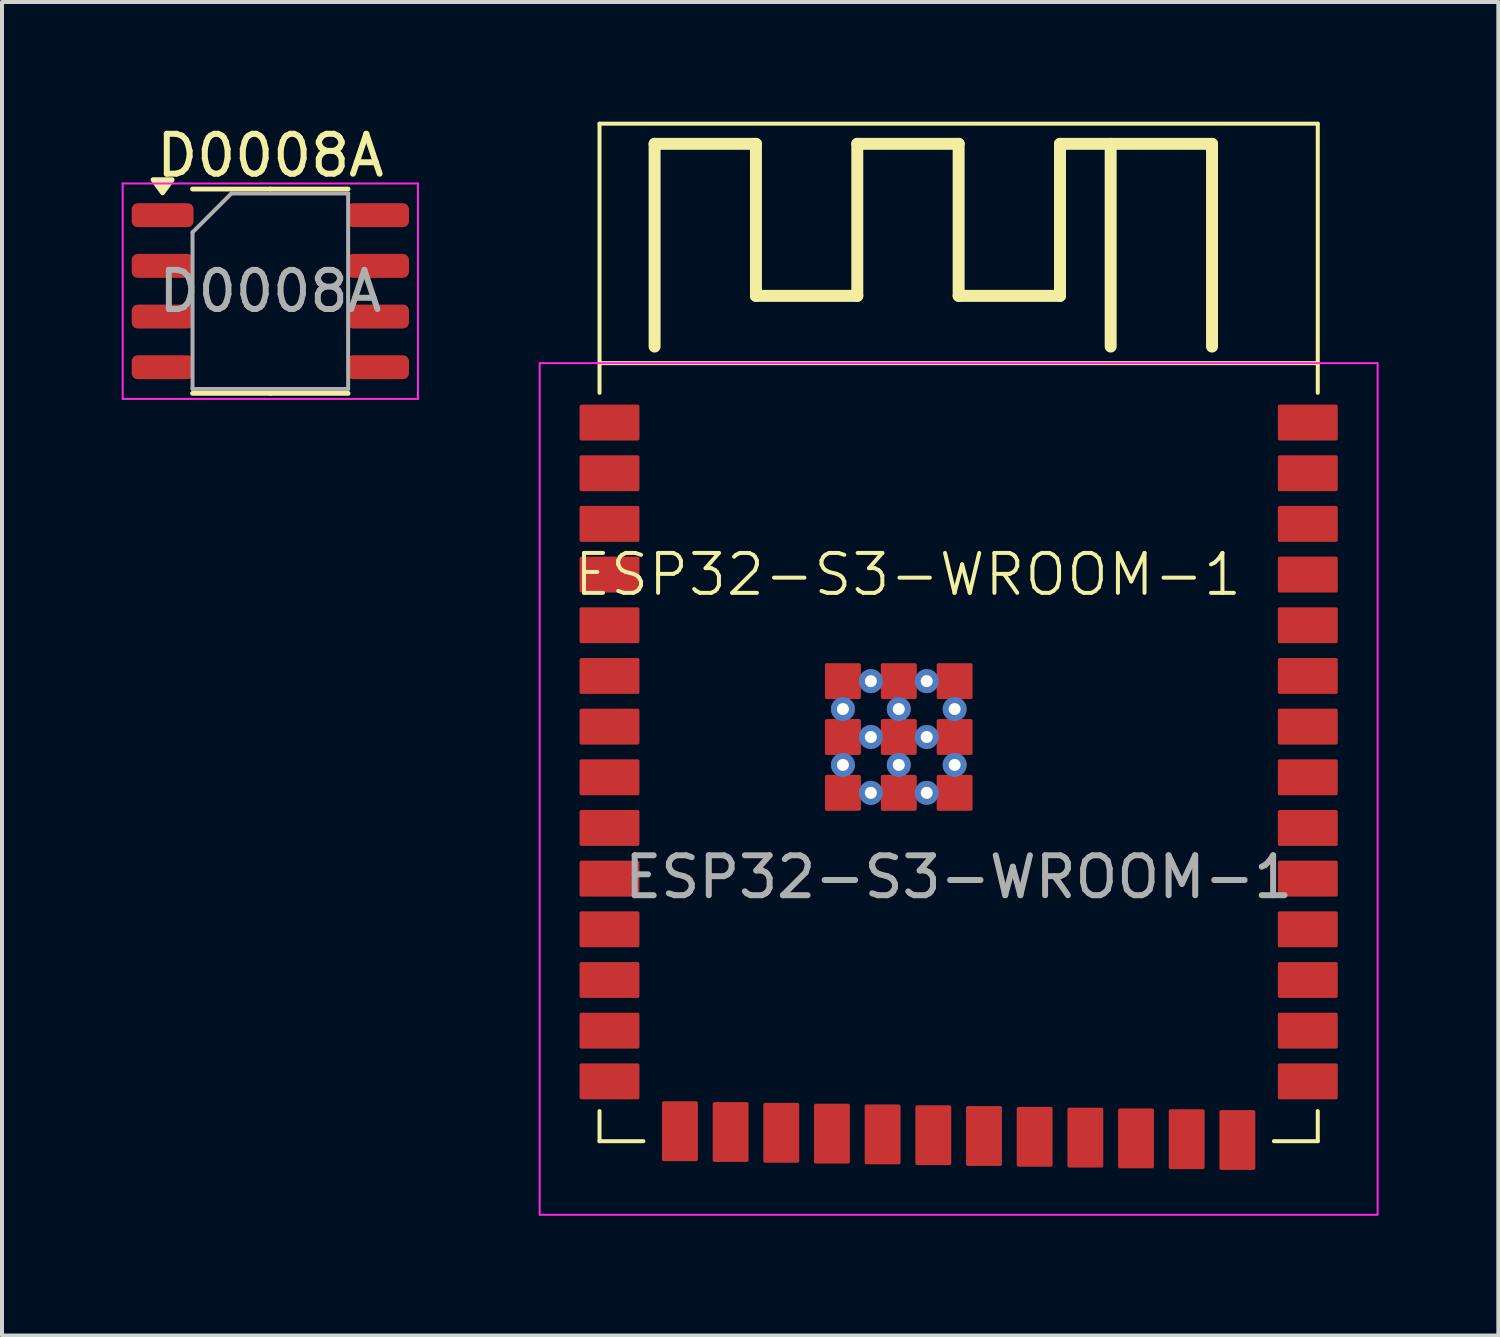
<source format=kicad_pcb>
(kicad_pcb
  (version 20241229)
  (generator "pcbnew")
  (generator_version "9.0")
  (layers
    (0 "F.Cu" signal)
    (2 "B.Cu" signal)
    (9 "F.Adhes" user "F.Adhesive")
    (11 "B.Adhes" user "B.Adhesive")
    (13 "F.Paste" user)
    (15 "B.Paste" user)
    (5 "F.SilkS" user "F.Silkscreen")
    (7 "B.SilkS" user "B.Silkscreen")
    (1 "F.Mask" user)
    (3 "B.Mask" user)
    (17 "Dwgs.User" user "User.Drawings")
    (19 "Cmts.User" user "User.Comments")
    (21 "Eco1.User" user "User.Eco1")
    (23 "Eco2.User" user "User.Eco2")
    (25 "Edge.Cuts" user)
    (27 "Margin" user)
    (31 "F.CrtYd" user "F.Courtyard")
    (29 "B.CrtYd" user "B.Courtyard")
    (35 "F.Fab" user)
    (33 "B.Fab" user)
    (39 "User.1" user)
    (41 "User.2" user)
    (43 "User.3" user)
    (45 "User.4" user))
  (footprint "D0008A"
    (layer "F.Cu")
    (at 3.725 4.248)
    (property "Reference" "D0008A" (at 0 -3.4 0) (layer "F.SilkS") (effects (font (size 1 1) (thickness 0.15))))
    (attr smd)
    (fp_line (start 0 -2.56) (end -1.95 -2.56) (stroke (width 0.12) (type solid)) (layer "F.SilkS"))
    (fp_line (start 0 -2.56) (end 1.95 -2.56) (stroke (width 0.12) (type solid)) (layer "F.SilkS"))
    (fp_line (start 0 2.56) (end -1.95 2.56) (stroke (width 0.12) (type solid)) (layer "F.SilkS"))
    (fp_line (start 0 2.56) (end 1.95 2.56) (stroke (width 0.12) (type solid)) (layer "F.SilkS"))
    (fp_poly (pts (xy -2.7 -2.465) (xy -2.94 -2.795) (xy -2.46 -2.795) (xy -2.7 -2.465)) (stroke (width 0.12) (type solid)) (fill yes) (layer "F.SilkS"))
    (fp_line (start -3.7 -2.7) (end -3.7 2.7) (stroke (width 0.05) (type solid)) (layer "F.CrtYd"))
    (fp_line (start -3.7 2.7) (end 3.7 2.7) (stroke (width 0.05) (type solid)) (layer "F.CrtYd"))
    (fp_line (start 3.7 -2.7) (end -3.7 -2.7) (stroke (width 0.05) (type solid)) (layer "F.CrtYd"))
    (fp_line (start 3.7 2.7) (end 3.7 -2.7) (stroke (width 0.05) (type solid)) (layer "F.CrtYd"))
    (fp_line (start -1.95 -1.475) (end -0.975 -2.45) (stroke (width 0.1) (type solid)) (layer "F.Fab"))
    (fp_line (start -1.95 2.45) (end -1.95 -1.475) (stroke (width 0.1) (type solid)) (layer "F.Fab"))
    (fp_line (start -0.975 -2.45) (end 1.95 -2.45) (stroke (width 0.1) (type solid)) (layer "F.Fab"))
    (fp_line (start 1.95 -2.45) (end 1.95 2.45) (stroke (width 0.1) (type solid)) (layer "F.Fab"))
    (fp_line (start 1.95 2.45) (end -1.95 2.45) (stroke (width 0.1) (type solid)) (layer "F.Fab"))
    (fp_text user "${REFERENCE}" (at 0 0 0) (layer "F.Fab") (effects (font (size 0.98 0.98) (thickness 0.15))))
    (pad "1" smd roundrect (at -2.7 -1.905) (size 1.55 0.6) (layers "F.Cu" "F.Mask" "F.Paste") (roundrect_rratio 0.25))
    (pad "2" smd roundrect (at -2.7 -0.635) (size 1.55 0.6) (layers "F.Cu" "F.Mask" "F.Paste") (roundrect_rratio 0.25))
    (pad "3" smd roundrect (at -2.7 0.635) (size 1.55 0.6) (layers "F.Cu" "F.Mask" "F.Paste") (roundrect_rratio 0.25))
    (pad "4" smd roundrect (at -2.7 1.905) (size 1.55 0.6) (layers "F.Cu" "F.Mask" "F.Paste") (roundrect_rratio 0.25))
    (pad "5" smd roundrect (at 2.7 1.905) (size 1.55 0.6) (layers "F.Cu" "F.Mask" "F.Paste") (roundrect_rratio 0.25))
    (pad "6" smd roundrect (at 2.7 0.635) (size 1.55 0.6) (layers "F.Cu" "F.Mask" "F.Paste") (roundrect_rratio 0.25))
    (pad "7" smd roundrect (at 2.7 -0.635) (size 1.55 0.6) (layers "F.Cu" "F.Mask" "F.Paste") (roundrect_rratio 0.25))
    (pad "8" smd roundrect (at 2.7 -1.905) (size 1.55 0.6) (layers "F.Cu" "F.Mask" "F.Paste") (roundrect_rratio 0.25)))
  (footprint "ESP32-S3-WROOM-1"
    (layer "F.Cu")
    (at 20.975 15.795)
    (property "Reference" "ESP32-S3-WROOM-1" (at -1.27 -4.445 0) (unlocked yes) (layer "F.SilkS") (effects (font (size 1 1) (thickness 0.1))))
    (attr smd)
    (fp_line (start -9 -15.745) (end 9 -15.745) (stroke (width 0.1) (type default)) (layer "F.SilkS"))
    (fp_line (start -9 -9.745) (end 9 -9.745) (stroke (width 0.1) (type default)) (layer "F.SilkS"))
    (fp_line (start -9 -9) (end -9 -15.745) (stroke (width 0.1) (type default)) (layer "F.SilkS"))
    (fp_line (start -9 9.755) (end -9 9) (stroke (width 0.1) (type default)) (layer "F.SilkS"))
    (fp_line (start -9 9.755) (end -7.9 9.755) (stroke (width 0.1) (type default)) (layer "F.SilkS"))
    (fp_line (start -7.62 -15.24) (end -7.62 -10.16) (stroke (width 0.3) (type default)) (layer "F.SilkS"))
    (fp_line (start -5.08 -15.24) (end -7.62 -15.24) (stroke (width 0.3) (type default)) (layer "F.SilkS"))
    (fp_line (start -5.08 -11.43) (end -5.08 -15.24) (stroke (width 0.3) (type default)) (layer "F.SilkS"))
    (fp_line (start -2.54 -15.24) (end -2.54 -11.43) (stroke (width 0.3) (type default)) (layer "F.SilkS"))
    (fp_line (start -2.54 -11.43) (end -5.08 -11.43) (stroke (width 0.3) (type default)) (layer "F.SilkS"))
    (fp_line (start 0 -15.24) (end -2.54 -15.24) (stroke (width 0.3) (type default)) (layer "F.SilkS"))
    (fp_line (start 0 -11.43) (end 0 -15.24) (stroke (width 0.3) (type default)) (layer "F.SilkS"))
    (fp_line (start 2.54 -15.24) (end 2.54 -11.43) (stroke (width 0.3) (type default)) (layer "F.SilkS"))
    (fp_line (start 2.54 -11.43) (end 0 -11.43) (stroke (width 0.3) (type default)) (layer "F.SilkS"))
    (fp_line (start 3.81 -10.16) (end 3.81 -15.24) (stroke (width 0.3) (type default)) (layer "F.SilkS"))
    (fp_line (start 6.35 -15.24) (end 2.54 -15.24) (stroke (width 0.3) (type default)) (layer "F.SilkS"))
    (fp_line (start 6.35 -10.16) (end 6.35 -15.24) (stroke (width 0.3) (type default)) (layer "F.SilkS"))
    (fp_line (start 7.9 9.755) (end 9 9.755) (stroke (width 0.1) (type default)) (layer "F.SilkS"))
    (fp_line (start 9 -15.745) (end 9 -9) (stroke (width 0.1) (type default)) (layer "F.SilkS"))
    (fp_line (start 9 9.755) (end 9 9) (stroke (width 0.1) (type default)) (layer "F.SilkS"))
    (fp_rect (start -10.5 -9.745) (end 10.5 11.6) (stroke (width 0.05) (type default)) (fill no) (layer "F.CrtYd"))
    (fp_text user "${REFERENCE}" (at 0 3.135 0) (unlocked yes) (layer "F.Fab") (effects (font (size 1 1) (thickness 0.15))))
    (pad "1" smd roundrect (at -8.75 -8.255) (size 1.5 0.9) (layers "F.Cu" "F.Mask" "F.Paste") (roundrect_rratio 0.05))
    (pad "2" smd roundrect (at -8.75 -6.985) (size 1.5 0.9) (layers "F.Cu" "F.Mask" "F.Paste") (roundrect_rratio 0.05))
    (pad "3" smd roundrect (at -8.75 -5.715) (size 1.5 0.9) (layers "F.Cu" "F.Mask" "F.Paste") (roundrect_rratio 0.05))
    (pad "4" smd roundrect (at -8.75 -4.445) (size 1.5 0.9) (layers "F.Cu" "F.Mask" "F.Paste") (roundrect_rratio 0.05))
    (pad "5" smd roundrect (at -8.75 -3.175) (size 1.5 0.9) (layers "F.Cu" "F.Mask" "F.Paste") (roundrect_rratio 0.05))
    (pad "6" smd roundrect (at -8.75 -1.905) (size 1.5 0.9) (layers "F.Cu" "F.Mask" "F.Paste") (roundrect_rratio 0.05))
    (pad "7" smd roundrect (at -8.75 -0.635) (size 1.5 0.9) (layers "F.Cu" "F.Mask" "F.Paste") (roundrect_rratio 0.05))
    (pad "8" smd roundrect (at -8.75 0.635) (size 1.5 0.9) (layers "F.Cu" "F.Mask" "F.Paste") (roundrect_rratio 0.05))
    (pad "9" smd roundrect (at -8.75 1.905) (size 1.5 0.9) (layers "F.Cu" "F.Mask" "F.Paste") (roundrect_rratio 0.05))
    (pad "10" smd roundrect (at -8.75 3.175) (size 1.5 0.9) (layers "F.Cu" "F.Mask" "F.Paste") (roundrect_rratio 0.05))
    (pad "11" smd roundrect (at -8.75 4.445) (size 1.5 0.9) (layers "F.Cu" "F.Mask" "F.Paste") (roundrect_rratio 0.05))
    (pad "12" smd roundrect (at -8.75 5.715) (size 1.5 0.9) (layers "F.Cu" "F.Mask" "F.Paste") (roundrect_rratio 0.05))
    (pad "13" smd roundrect (at -8.75 6.985) (size 1.5 0.9) (layers "F.Cu" "F.Mask" "F.Paste") (roundrect_rratio 0.05))
    (pad "14" smd roundrect (at -8.75 8.255) (size 1.5 0.9) (layers "F.Cu" "F.Mask" "F.Paste") (roundrect_rratio 0.05))
    (pad "15" smd roundrect (at -6.985 9.505) (size 0.9 1.5) (layers "F.Cu" "F.Mask" "F.Paste") (roundrect_rratio 0.05))
    (pad "16" smd roundrect (at -5.715 9.525) (size 0.9 1.5) (layers "F.Cu" "F.Mask" "F.Paste") (roundrect_rratio 0.05))
    (pad "17" smd roundrect (at -4.445 9.545 180) (size 0.9 1.5) (layers "F.Cu" "F.Mask" "F.Paste") (roundrect_rratio 0.05))
    (pad "18" smd roundrect (at -3.175 9.565) (size 0.9 1.5) (layers "F.Cu" "F.Mask" "F.Paste") (roundrect_rratio 0.05))
    (pad "19" smd roundrect (at -1.905 9.585 180) (size 0.9 1.5) (layers "F.Cu" "F.Mask" "F.Paste") (roundrect_rratio 0.05))
    (pad "20" smd roundrect (at -0.635 9.605) (size 0.9 1.5) (layers "F.Cu" "F.Mask" "F.Paste") (roundrect_rratio 0.05))
    (pad "21" smd roundrect (at 0.635 9.625 180) (size 0.9 1.5) (layers "F.Cu" "F.Mask" "F.Paste") (roundrect_rratio 0.05))
    (pad "22" smd roundrect (at 1.905 9.645) (size 0.9 1.5) (layers "F.Cu" "F.Mask" "F.Paste") (roundrect_rratio 0.05))
    (pad "23" smd roundrect (at 3.175 9.665 180) (size 0.9 1.5) (layers "F.Cu" "F.Mask" "F.Paste") (roundrect_rratio 0.05))
    (pad "24" smd roundrect (at 4.445 9.685) (size 0.9 1.5) (layers "F.Cu" "F.Mask" "F.Paste") (roundrect_rratio 0.05))
    (pad "25" smd roundrect (at 5.715 9.705 180) (size 0.9 1.5) (layers "F.Cu" "F.Mask" "F.Paste") (roundrect_rratio 0.05))
    (pad "26" smd roundrect (at 6.985 9.725) (size 0.9 1.5) (layers "F.Cu" "F.Mask" "F.Paste") (roundrect_rratio 0.05))
    (pad "27" smd roundrect (at 8.75 8.255) (size 1.5 0.9) (layers "F.Cu" "F.Mask" "F.Paste") (roundrect_rratio 0.05))
    (pad "28" smd roundrect (at 8.75 6.985) (size 1.5 0.9) (layers "F.Cu" "F.Mask" "F.Paste") (roundrect_rratio 0.05))
    (pad "29" smd roundrect (at 8.75 5.715) (size 1.5 0.9) (layers "F.Cu" "F.Mask" "F.Paste") (roundrect_rratio 0.05))
    (pad "30" smd roundrect (at 8.75 4.445) (size 1.5 0.9) (layers "F.Cu" "F.Mask" "F.Paste") (roundrect_rratio 0.05))
    (pad "31" smd roundrect (at 8.75 3.175) (size 1.5 0.9) (layers "F.Cu" "F.Mask" "F.Paste") (roundrect_rratio 0.05))
    (pad "32" smd roundrect (at 8.75 1.905) (size 1.5 0.9) (layers "F.Cu" "F.Mask" "F.Paste") (roundrect_rratio 0.05))
    (pad "33" smd roundrect (at 8.75 0.635) (size 1.5 0.9) (layers "F.Cu" "F.Mask" "F.Paste") (roundrect_rratio 0.05))
    (pad "34" smd roundrect (at 8.75 -0.635) (size 1.5 0.9) (layers "F.Cu" "F.Mask" "F.Paste") (roundrect_rratio 0.05))
    (pad "35" smd roundrect (at 8.75 -1.905) (size 1.5 0.9) (layers "F.Cu" "F.Mask" "F.Paste") (roundrect_rratio 0.05))
    (pad "36" smd roundrect (at 8.75 -3.175) (size 1.5 0.9) (layers "F.Cu" "F.Mask" "F.Paste") (roundrect_rratio 0.05))
    (pad "37" smd roundrect (at 8.75 -4.445) (size 1.5 0.9) (layers "F.Cu" "F.Mask" "F.Paste") (roundrect_rratio 0.05))
    (pad "38" smd roundrect (at 8.75 -5.715) (size 1.5 0.9) (layers "F.Cu" "F.Mask" "F.Paste") (roundrect_rratio 0.05))
    (pad "39" smd roundrect (at 8.75 -6.985) (size 1.5 0.9) (layers "F.Cu" "F.Mask" "F.Paste") (roundrect_rratio 0.05))
    (pad "40" smd roundrect (at 8.75 -8.255) (size 1.5 0.9) (layers "F.Cu" "F.Mask" "F.Paste") (roundrect_rratio 0.05))
    (pad "41" smd roundrect (at -2.9 -1.775) (size 0.9 0.9) (layers "F.Cu" "F.Mask" "F.Paste") (roundrect_rratio 0.05))
    (pad "41" thru_hole circle (at -2.9 -1.075 270) (size 0.6 0.6) (drill 0.3) (layers "*.Cu" "*.Mask"))
    (pad "41" smd roundrect (at -2.9 -0.375) (size 0.9 0.9) (layers "F.Cu" "F.Mask" "F.Paste") (roundrect_rratio 0.05))
    (pad "41" thru_hole circle (at -2.9 0.325 270) (size 0.6 0.6) (drill 0.3) (layers "*.Cu" "*.Mask"))
    (pad "41" smd roundrect (at -2.9 1.025) (size 0.9 0.9) (layers "F.Cu" "F.Mask" "F.Paste") (roundrect_rratio 0.05))
    (pad "41" thru_hole circle (at -2.2 -1.775 180) (size 0.6 0.6) (drill 0.3) (layers "*.Cu" "*.Mask"))
    (pad "41" thru_hole circle (at -2.2 -0.375 180) (size 0.6 0.6) (drill 0.3) (layers "*.Cu" "*.Mask"))
    (pad "41" thru_hole circle (at -2.2 1.025) (size 0.6 0.6) (drill 0.3) (layers "*.Cu" "*.Mask"))
    (pad "41" smd roundrect (at -1.5 -1.775 270) (size 0.9 0.9) (layers "F.Cu" "F.Mask" "F.Paste") (roundrect_rratio 0.05))
    (pad "41" thru_hole circle (at -1.5 -1.075 270) (size 0.6 0.6) (drill 0.3) (layers "*.Cu" "*.Mask"))
    (pad "41" smd roundrect (at -1.5 -0.375) (size 0.9 0.9) (layers "F.Cu" "F.Mask" "F.Paste") (roundrect_rratio 0.05))
    (pad "41" thru_hole circle (at -1.5 0.325 270) (size 0.6 0.6) (drill 0.3) (layers "*.Cu" "*.Mask"))
    (pad "41" smd roundrect (at -1.5 1.025 90) (size 0.9 0.9) (layers "F.Cu" "F.Mask" "F.Paste") (roundrect_rratio 0.05))
    (pad "41" thru_hole circle (at -0.8 -1.775 180) (size 0.6 0.6) (drill 0.3) (layers "*.Cu" "*.Mask"))
    (pad "41" thru_hole circle (at -0.8 -0.375 180) (size 0.6 0.6) (drill 0.3) (layers "*.Cu" "*.Mask"))
    (pad "41" thru_hole circle (at -0.8 1.025) (size 0.6 0.6) (drill 0.3) (layers "*.Cu" "*.Mask"))
    (pad "41" smd roundrect (at -0.1 -1.775 180) (size 0.9 0.9) (layers "F.Cu" "F.Mask" "F.Paste") (roundrect_rratio 0.05))
    (pad "41" thru_hole circle (at -0.1 -1.075 180) (size 0.6 0.6) (drill 0.3) (layers "*.Cu" "*.Mask"))
    (pad "41" smd roundrect (at -0.1 -0.375 180) (size 0.9 0.9) (layers "F.Cu" "F.Mask" "F.Paste") (roundrect_rratio 0.05))
    (pad "41" thru_hole circle (at -0.1 0.325 180) (size 0.6 0.6) (drill 0.3) (layers "*.Cu" "*.Mask"))
    (pad "41" smd roundrect (at -0.1 1.025 180) (size 0.9 0.9) (layers "F.Cu" "F.Mask" "F.Paste") (roundrect_rratio 0.05)))
  (gr_rect
    (start -3 -3)
    (end 34.5 30.42)
    (stroke (width 0.1) (type default))
    (fill no)
    (layer "Edge.Cuts")))
</source>
